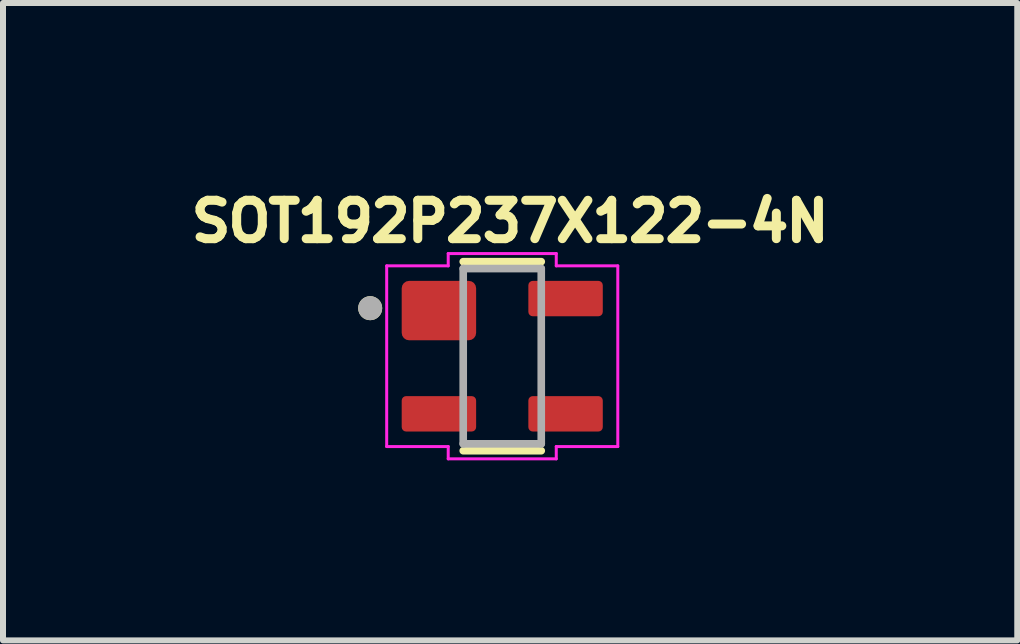
<source format=kicad_pcb>
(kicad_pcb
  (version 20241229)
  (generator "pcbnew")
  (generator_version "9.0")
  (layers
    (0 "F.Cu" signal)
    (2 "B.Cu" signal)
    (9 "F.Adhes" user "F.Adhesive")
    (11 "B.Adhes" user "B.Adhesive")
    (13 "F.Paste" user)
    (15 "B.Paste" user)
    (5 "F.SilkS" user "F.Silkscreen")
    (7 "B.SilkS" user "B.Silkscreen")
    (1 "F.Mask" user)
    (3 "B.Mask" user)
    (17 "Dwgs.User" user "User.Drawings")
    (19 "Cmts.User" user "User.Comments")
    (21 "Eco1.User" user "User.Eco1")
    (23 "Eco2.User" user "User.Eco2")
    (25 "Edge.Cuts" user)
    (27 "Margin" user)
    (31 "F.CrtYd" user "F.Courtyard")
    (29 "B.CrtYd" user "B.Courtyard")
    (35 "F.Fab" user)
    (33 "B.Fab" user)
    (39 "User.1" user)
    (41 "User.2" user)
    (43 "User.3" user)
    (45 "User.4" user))
  (footprint "SOT192P237X122-4N"
    (layer "F.Cu")
    (at 5.317 2.884)
    (property "Reference" "SOT192P237X122-4N" (at 0.132 -2.246 0) (layer "F.SilkS") (effects (font (size 0.64 0.64) (thickness 0.15))))
    (attr smd)
    (fp_line (start -0.65 1.575) (end 0.65 1.575) (stroke (width 0.127) (type solid)) (layer "F.SilkS"))
    (fp_line (start 0.65 -1.575) (end -0.65 -1.575) (stroke (width 0.127) (type solid)) (layer "F.SilkS"))
    (fp_circle (center -2.2 -0.8) (end -2.1 -0.8) (stroke (width 0.2) (type solid)) (fill no) (layer "F.SilkS"))
    (fp_line (start -1.925 -1.505) (end -1.925 1.505) (stroke (width 0.05) (type solid)) (layer "F.CrtYd"))
    (fp_line (start -1.925 1.505) (end -0.9 1.505) (stroke (width 0.05) (type solid)) (layer "F.CrtYd"))
    (fp_line (start -0.9 -1.71) (end -0.9 -1.505) (stroke (width 0.05) (type solid)) (layer "F.CrtYd"))
    (fp_line (start -0.9 -1.505) (end -1.925 -1.505) (stroke (width 0.05) (type solid)) (layer "F.CrtYd"))
    (fp_line (start -0.9 1.505) (end -0.9 1.71) (stroke (width 0.05) (type solid)) (layer "F.CrtYd"))
    (fp_line (start -0.9 1.71) (end 0.9 1.71) (stroke (width 0.05) (type solid)) (layer "F.CrtYd"))
    (fp_line (start 0.9 -1.71) (end -0.9 -1.71) (stroke (width 0.05) (type solid)) (layer "F.CrtYd"))
    (fp_line (start 0.9 -1.505) (end 0.9 -1.71) (stroke (width 0.05) (type solid)) (layer "F.CrtYd"))
    (fp_line (start 0.9 1.505) (end 1.925 1.505) (stroke (width 0.05) (type solid)) (layer "F.CrtYd"))
    (fp_line (start 0.9 1.71) (end 0.9 1.505) (stroke (width 0.05) (type solid)) (layer "F.CrtYd"))
    (fp_line (start 1.925 -1.505) (end 0.9 -1.505) (stroke (width 0.05) (type solid)) (layer "F.CrtYd"))
    (fp_line (start 1.925 1.505) (end 1.925 -1.505) (stroke (width 0.05) (type solid)) (layer "F.CrtYd"))
    (fp_line (start -0.65 -1.46) (end -0.65 1.46) (stroke (width 0.127) (type solid)) (layer "F.Fab"))
    (fp_line (start -0.65 1.46) (end 0.65 1.46) (stroke (width 0.127) (type solid)) (layer "F.Fab"))
    (fp_line (start 0.65 -1.46) (end -0.65 -1.46) (stroke (width 0.127) (type solid)) (layer "F.Fab"))
    (fp_line (start 0.65 1.46) (end 0.65 -1.46) (stroke (width 0.127) (type solid)) (layer "F.Fab"))
    (fp_circle (center -2.2 -0.8) (end -2.1 -0.8) (stroke (width 0.2) (type solid)) (fill no) (layer "F.Fab"))
    (pad "1" smd roundrect (at -1.055 -0.76) (size 1.24 0.99) (layers "F.Cu" "F.Mask" "F.Paste") (roundrect_rratio 0.125))
    (pad "2" smd roundrect (at -1.055 0.96) (size 1.24 0.59) (layers "F.Cu" "F.Mask" "F.Paste") (roundrect_rratio 0.125))
    (pad "3" smd roundrect (at 1.055 0.96) (size 1.24 0.59) (layers "F.Cu" "F.Mask" "F.Paste") (roundrect_rratio 0.125))
    (pad "4" smd roundrect (at 1.055 -0.96) (size 1.24 0.59) (layers "F.Cu" "F.Mask" "F.Paste") (roundrect_rratio 0.125)))
  (gr_rect
    (start -3 -3)
    (end 13.897 7.619)
    (stroke (width 0.1) (type default))
    (fill no)
    (layer "Edge.Cuts")))
</source>
